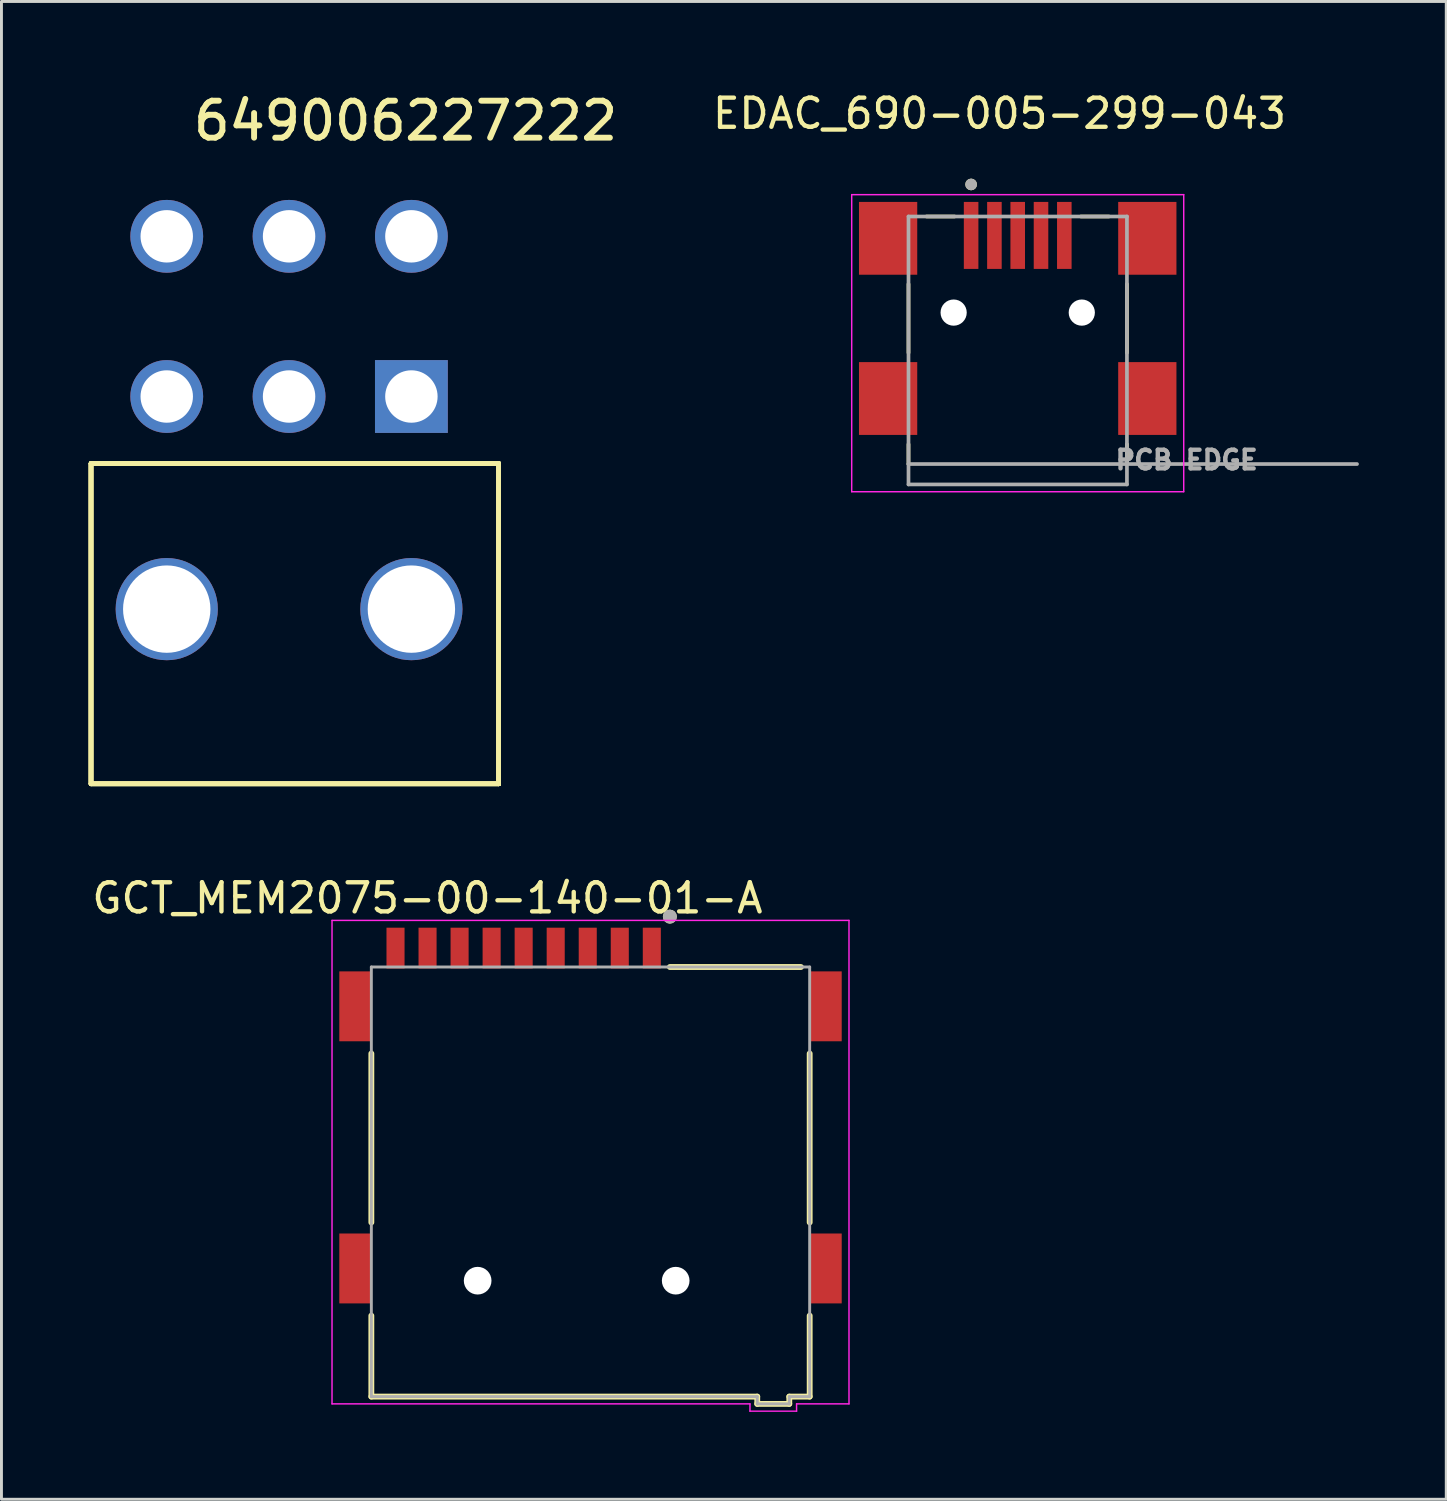
<source format=kicad_pcb>
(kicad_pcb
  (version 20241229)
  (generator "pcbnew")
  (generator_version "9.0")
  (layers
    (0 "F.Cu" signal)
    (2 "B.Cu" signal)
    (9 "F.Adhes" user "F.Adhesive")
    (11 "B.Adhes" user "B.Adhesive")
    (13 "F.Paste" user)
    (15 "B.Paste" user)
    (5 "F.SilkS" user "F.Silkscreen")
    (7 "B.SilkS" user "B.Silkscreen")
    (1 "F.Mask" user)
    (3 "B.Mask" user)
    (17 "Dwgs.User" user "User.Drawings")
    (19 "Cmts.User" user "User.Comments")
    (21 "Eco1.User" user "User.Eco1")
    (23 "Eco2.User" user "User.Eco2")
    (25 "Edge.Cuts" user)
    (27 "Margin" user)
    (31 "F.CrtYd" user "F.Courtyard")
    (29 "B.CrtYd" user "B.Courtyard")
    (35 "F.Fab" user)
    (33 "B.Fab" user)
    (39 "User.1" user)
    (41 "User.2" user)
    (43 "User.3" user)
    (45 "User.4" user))
  (footprint "EDAC_690-005-299-043"
    (layer "F.Cu")
    (at 31.893 7.683)
    (property "Reference" "EDAC_690-005-299-043" (at -0.625 -6.835 0) (layer "F.SilkS") (effects (font (size 1 1) (thickness 0.15))))
    (attr smd)
    (fp_line (start -3.75 1.38) (end -3.75 -0.98) (stroke (width 0.127) (type solid)) (layer "F.SilkS"))
    (fp_line (start -3.75 4.52) (end -3.75 5.2) (stroke (width 0.127) (type solid)) (layer "F.SilkS"))
    (fp_line (start -3.13 -3.3) (end -2.17 -3.3) (stroke (width 0.127) (type solid)) (layer "F.SilkS"))
    (fp_line (start 3.13 -3.3) (end 2.17 -3.3) (stroke (width 0.127) (type solid)) (layer "F.SilkS"))
    (fp_line (start 3.75 1.38) (end 3.75 -0.98) (stroke (width 0.127) (type solid)) (layer "F.SilkS"))
    (fp_line (start 3.75 4.52) (end 3.75 5.2) (stroke (width 0.127) (type solid)) (layer "F.SilkS"))
    (fp_circle (center -1.6 -4.4) (end -1.5 -4.4) (stroke (width 0.2) (type solid)) (fill no) (layer "F.SilkS"))
    (fp_line (start -5.7 -4.05) (end -5.7 6.15) (stroke (width 0.05) (type solid)) (layer "F.CrtYd"))
    (fp_line (start -5.7 6.15) (end 5.7 6.15) (stroke (width 0.05) (type solid)) (layer "F.CrtYd"))
    (fp_line (start 5.7 -4.05) (end -5.7 -4.05) (stroke (width 0.05) (type solid)) (layer "F.CrtYd"))
    (fp_line (start 5.7 6.15) (end 5.7 -4.05) (stroke (width 0.05) (type solid)) (layer "F.CrtYd"))
    (fp_line (start -3.75 -3.3) (end -3.75 5.2) (stroke (width 0.127) (type solid)) (layer "F.Fab"))
    (fp_line (start -3.75 5.2) (end -3.75 5.9) (stroke (width 0.127) (type solid)) (layer "F.Fab"))
    (fp_line (start -3.75 5.2) (end 11.65 5.2) (stroke (width 0.127) (type solid)) (layer "F.Fab"))
    (fp_line (start -3.75 5.9) (end 3.75 5.9) (stroke (width 0.127) (type solid)) (layer "F.Fab"))
    (fp_line (start 3.75 -3.3) (end -3.75 -3.3) (stroke (width 0.127) (type solid)) (layer "F.Fab"))
    (fp_line (start 3.75 5.9) (end 3.75 -3.3) (stroke (width 0.127) (type solid)) (layer "F.Fab"))
    (fp_circle (center -1.6 -4.4) (end -1.5 -4.4) (stroke (width 0.2) (type solid)) (fill no) (layer "F.Fab"))
    (fp_text user "PCB EDGE" (at 5.8 5.06 0) (layer "F.Fab") (effects (font (size 0.64 0.64) (thickness 0.15))))
    (pad "" np_thru_hole circle (at -2.2 0) (size 0.9 0.9) (drill 0.9) (layers "*.Cu" "*.Mask"))
    (pad "" np_thru_hole circle (at 2.2 0) (size 0.9 0.9) (drill 0.9) (layers "*.Cu" "*.Mask"))
    (pad "1" smd rect (at -1.6 -2.65) (size 0.5 2.3) (layers "F.Cu" "F.Mask" "F.Paste"))
    (pad "2" smd rect (at -0.8 -2.65) (size 0.5 2.3) (layers "F.Cu" "F.Mask" "F.Paste"))
    (pad "3" smd rect (at 0 -2.65) (size 0.5 2.3) (layers "F.Cu" "F.Mask" "F.Paste"))
    (pad "4" smd rect (at 0.8 -2.65) (size 0.5 2.3) (layers "F.Cu" "F.Mask" "F.Paste"))
    (pad "5" smd rect (at 1.6 -2.65) (size 0.5 2.3) (layers "F.Cu" "F.Mask" "F.Paste"))
    (pad "S1" smd rect (at -4.45 -2.55) (size 2 2.5) (layers "F.Cu" "F.Mask" "F.Paste"))
    (pad "S1" smd rect (at -4.45 2.95) (size 2 2.5) (layers "F.Cu" "F.Mask" "F.Paste"))
    (pad "S1" smd rect (at 4.45 -2.55) (size 2 2.5) (layers "F.Cu" "F.Mask" "F.Paste"))
    (pad "S1" smd rect (at 4.45 2.95) (size 2 2.5) (layers "F.Cu" "F.Mask" "F.Paste"))
    (zone (net_name "") (layer "F.Cu") (hatch full 0.508) (connect_pads) (min_thickness 0.01) (filled_areas_thickness no) (keepout (tracks not_allowed) (vias not_allowed) (pads not_allowed) (copperpour not_allowed) (footprints allowed)) (placement (enabled no)) (fill) (polygon (pts (xy 28.443 3.883) (xy 28.443 11.683) (xy 28.443 12.883) (xy 35.343 12.883) (xy 35.343 3.883) (xy 33.743 3.883) (xy 33.743 6.183) (xy 30.043 6.183) (xy 30.043 3.883))))
    (zone (net_name "") (layers "F.Cu" "B.Cu") (hatch full 0.508) (connect_pads) (min_thickness 0.01) (filled_areas_thickness no) (keepout (tracks allowed) (vias not_allowed) (pads allowed) (copperpour allowed) (footprints allowed)) (placement (enabled no)) (fill) (polygon (pts (xy 28.443 3.883) (xy 28.443 12.883) (xy 35.343 12.883) (xy 35.343 3.883) (xy 33.743 3.883) (xy 33.743 6.183) (xy 30.043 6.183) (xy 30.043 3.883)))))
  (footprint "GCT_MEM2075-00-140-01-A"
    (layer "F.Cu")
    (at 16.75 40.922)
    (property "Reference" "GCT_MEM2075-00-140-01-A" (at -5.125 -13.135 0) (layer "F.SilkS") (effects (font (size 1 1) (thickness 0.15))))
    (attr smd)
    (fp_line (start -7.05 -2) (end -7.05 -7.8) (stroke (width 0.2) (type solid)) (layer "F.SilkS"))
    (fp_line (start -7.05 3.98) (end -7.05 1.2) (stroke (width 0.2) (type solid)) (layer "F.SilkS"))
    (fp_line (start -7.05 3.98) (end 6.2 3.98) (stroke (width 0.2) (type solid)) (layer "F.SilkS"))
    (fp_line (start 3.2 -10.77) (end 7.7 -10.77) (stroke (width 0.2) (type solid)) (layer "F.SilkS"))
    (fp_line (start 6.2 3.98) (end 6.2 4.23) (stroke (width 0.2) (type solid)) (layer "F.SilkS"))
    (fp_line (start 6.2 4.23) (end 7.3 4.23) (stroke (width 0.2) (type solid)) (layer "F.SilkS"))
    (fp_line (start 7.3 3.98) (end 8 3.98) (stroke (width 0.2) (type solid)) (layer "F.SilkS"))
    (fp_line (start 7.3 4.23) (end 7.3 3.98) (stroke (width 0.2) (type solid)) (layer "F.SilkS"))
    (fp_line (start 8 -2) (end 8 -7.8) (stroke (width 0.2) (type solid)) (layer "F.SilkS"))
    (fp_line (start 8 3.98) (end 8 1.2) (stroke (width 0.2) (type solid)) (layer "F.SilkS"))
    (fp_circle (center 3.2 -12.5) (end 3.32 -12.5) (stroke (width 0.24) (type solid)) (fill no) (layer "F.SilkS"))
    (fp_line (start -8.4 -12.37) (end 9.35 -12.37) (stroke (width 0.05) (type solid)) (layer "F.CrtYd"))
    (fp_line (start -8.4 4.23) (end -8.4 -12.37) (stroke (width 0.05) (type solid)) (layer "F.CrtYd"))
    (fp_line (start -8.4 4.23) (end 5.95 4.23) (stroke (width 0.05) (type solid)) (layer "F.CrtYd"))
    (fp_line (start 5.95 4.23) (end 5.95 4.48) (stroke (width 0.05) (type solid)) (layer "F.CrtYd"))
    (fp_line (start 5.95 4.48) (end 7.55 4.48) (stroke (width 0.05) (type solid)) (layer "F.CrtYd"))
    (fp_line (start 7.55 4.23) (end 9.35 4.23) (stroke (width 0.05) (type solid)) (layer "F.CrtYd"))
    (fp_line (start 7.55 4.48) (end 7.55 4.23) (stroke (width 0.05) (type solid)) (layer "F.CrtYd"))
    (fp_line (start 9.35 -12.37) (end 9.35 4.23) (stroke (width 0.05) (type solid)) (layer "F.CrtYd"))
    (fp_line (start -7.05 -10.77) (end 8 -10.77) (stroke (width 0.1) (type solid)) (layer "F.Fab"))
    (fp_line (start -7.05 3.98) (end -7.05 -10.77) (stroke (width 0.1) (type solid)) (layer "F.Fab"))
    (fp_line (start -7.05 3.98) (end 6.2 3.98) (stroke (width 0.1) (type solid)) (layer "F.Fab"))
    (fp_line (start 6.2 3.98) (end 6.2 4.23) (stroke (width 0.1) (type solid)) (layer "F.Fab"))
    (fp_line (start 6.2 4.23) (end 7.3 4.23) (stroke (width 0.1) (type solid)) (layer "F.Fab"))
    (fp_line (start 7.3 3.98) (end 8 3.98) (stroke (width 0.1) (type solid)) (layer "F.Fab"))
    (fp_line (start 7.3 4.23) (end 7.3 3.98) (stroke (width 0.1) (type solid)) (layer "F.Fab"))
    (fp_line (start 8 3.98) (end 8 -10.77) (stroke (width 0.1) (type solid)) (layer "F.Fab"))
    (fp_circle (center 3.2 -12.5) (end 3.32 -12.5) (stroke (width 0.24) (type solid)) (fill no) (layer "F.Fab"))
    (pad "" np_thru_hole circle (at -3.4 0) (size 0.95 0.95) (drill 0.95) (layers "*.Cu" "*.Mask"))
    (pad "" np_thru_hole circle (at 3.4 0) (size 0.95 0.95) (drill 0.95) (layers "*.Cu" "*.Mask"))
    (pad "P1" smd rect (at 2.58 -11.42) (size 0.62 1.4) (layers "F.Cu" "F.Mask" "F.Paste"))
    (pad "P2" smd rect (at 1.48 -11.42) (size 0.62 1.4) (layers "F.Cu" "F.Mask" "F.Paste"))
    (pad "P3" smd rect (at 0.38 -11.42) (size 0.62 1.4) (layers "F.Cu" "F.Mask" "F.Paste"))
    (pad "P4" smd rect (at -0.72 -11.42) (size 0.62 1.4) (layers "F.Cu" "F.Mask" "F.Paste"))
    (pad "P5" smd rect (at -1.82 -11.42) (size 0.62 1.4) (layers "F.Cu" "F.Mask" "F.Paste"))
    (pad "P6" smd rect (at -2.92 -11.42) (size 0.62 1.4) (layers "F.Cu" "F.Mask" "F.Paste"))
    (pad "P7" smd rect (at -4.02 -11.42) (size 0.62 1.4) (layers "F.Cu" "F.Mask" "F.Paste"))
    (pad "P8" smd rect (at -5.12 -11.42) (size 0.62 1.4) (layers "F.Cu" "F.Mask" "F.Paste"))
    (pad "P9" smd rect (at -6.22 -11.42) (size 0.62 1.4) (layers "F.Cu" "F.Mask" "F.Paste"))
    (pad "SH1" smd rect (at -7.6 -9.42) (size 1.1 2.4) (layers "F.Cu" "F.Mask" "F.Paste"))
    (pad "SH1" smd rect (at -7.6 -0.42) (size 1.1 2.4) (layers "F.Cu" "F.Mask" "F.Paste"))
    (pad "SH1" smd rect (at 8.55 -9.42) (size 1.1 2.4) (layers "F.Cu" "F.Mask" "F.Paste"))
    (pad "SH1" smd rect (at 8.55 -0.42) (size 1.1 2.4) (layers "F.Cu" "F.Mask" "F.Paste"))
    (zone (net_name "") (layer "F.Cu") (hatch full 0.508) (connect_pads) (min_thickness 0.01) (filled_areas_thickness no) (keepout (tracks not_allowed) (vias not_allowed) (pads not_allowed) (copperpour not_allowed) (footprints allowed)) (placement (enabled no)) (fill) (polygon (pts (xy 9.7 33.002) (xy 19.9 33.002) (xy 19.9 37.052) (xy 9.7 37.052))))
    (zone (net_name "") (layers "F.Cu" "B.Cu") (hatch full 0.508) (connect_pads) (min_thickness 0.01) (filled_areas_thickness no) (keepout (tracks allowed) (vias not_allowed) (pads allowed) (copperpour allowed) (footprints allowed)) (placement (enabled no)) (fill) (polygon (pts (xy 9.7 33.002) (xy 19.9 33.002) (xy 19.9 37.052) (xy 9.7 37.052)))))
  (footprint "649006227222"
    (layer "F.Cu")
    (at 6.875 17.864)
    (property "Reference" "649006227222" (at 4 -16.764 0) (layer "F.SilkS") (effects (font (size 1.27 1.27) (thickness 0.203))))
    (attr through_hole)
    (fp_line (start -6.8 6) (end -6.8 -5) (stroke (width 0.15) (type solid)) (layer "F.SilkS"))
    (fp_line (start -6.8 6) (end -6.8 -5) (stroke (width 0.15) (type solid)) (layer "F.SilkS"))
    (fp_line (start -6.8 6) (end -6.8 -5) (stroke (width 0.15) (type solid)) (layer "F.SilkS"))
    (fp_line (start -6.8 6) (end -6.8 -5) (stroke (width 0.15) (type solid)) (layer "F.SilkS"))
    (fp_line (start -6.8 6) (end -6.8 -5) (stroke (width 0.15) (type solid)) (layer "F.SilkS"))
    (fp_line (start -6.8 6) (end -6.8 -5) (stroke (width 0.15) (type solid)) (layer "F.SilkS"))
    (fp_line (start -6.8 6) (end -6.8 -5) (stroke (width 0.15) (type solid)) (layer "F.SilkS"))
    (fp_line (start -6.8 6) (end -6.8 -5) (stroke (width 0.15) (type solid)) (layer "F.SilkS"))
    (fp_line (start 7.2 -5) (end -6.8 -5) (stroke (width 0.15) (type solid)) (layer "F.SilkS"))
    (fp_line (start 7.2 -5) (end -6.8 -5) (stroke (width 0.15) (type solid)) (layer "F.SilkS"))
    (fp_line (start 7.2 -5) (end -6.8 -5) (stroke (width 0.15) (type solid)) (layer "F.SilkS"))
    (fp_line (start 7.2 -5) (end -6.8 -5) (stroke (width 0.15) (type solid)) (layer "F.SilkS"))
    (fp_line (start 7.2 -5) (end -6.8 -5) (stroke (width 0.15) (type solid)) (layer "F.SilkS"))
    (fp_line (start 7.2 -5) (end -6.8 -5) (stroke (width 0.15) (type solid)) (layer "F.SilkS"))
    (fp_line (start 7.2 -5) (end -6.8 -5) (stroke (width 0.15) (type solid)) (layer "F.SilkS"))
    (fp_line (start 7.2 -5) (end -6.8 -5) (stroke (width 0.15) (type solid)) (layer "F.SilkS"))
    (fp_line (start 7.2 -5) (end 7.2 6) (stroke (width 0.15) (type solid)) (layer "F.SilkS"))
    (fp_line (start 7.2 -5) (end 7.2 6) (stroke (width 0.15) (type solid)) (layer "F.SilkS"))
    (fp_line (start 7.2 -5) (end 7.2 6) (stroke (width 0.15) (type solid)) (layer "F.SilkS"))
    (fp_line (start 7.2 -5) (end 7.2 6) (stroke (width 0.15) (type solid)) (layer "F.SilkS"))
    (fp_line (start 7.2 -5) (end 7.2 6) (stroke (width 0.15) (type solid)) (layer "F.SilkS"))
    (fp_line (start 7.2 -5) (end 7.2 6) (stroke (width 0.15) (type solid)) (layer "F.SilkS"))
    (fp_line (start 7.2 -5) (end 7.2 6) (stroke (width 0.15) (type solid)) (layer "F.SilkS"))
    (fp_line (start 7.2 -5) (end 7.2 6) (stroke (width 0.15) (type solid)) (layer "F.SilkS"))
    (fp_line (start 7.2 6) (end -6.8 6) (stroke (width 0.15) (type solid)) (layer "F.SilkS"))
    (fp_line (start 7.2 6) (end -6.8 6) (stroke (width 0.15) (type solid)) (layer "F.SilkS"))
    (fp_line (start 7.2 6) (end -6.8 6) (stroke (width 0.15) (type solid)) (layer "F.SilkS"))
    (fp_line (start 7.2 6) (end -6.8 6) (stroke (width 0.15) (type solid)) (layer "F.SilkS"))
    (fp_line (start 7.2 6) (end -6.8 6) (stroke (width 0.15) (type solid)) (layer "F.SilkS"))
    (fp_line (start 7.2 6) (end -6.8 6) (stroke (width 0.15) (type solid)) (layer "F.SilkS"))
    (fp_line (start 7.2 6) (end -6.8 6) (stroke (width 0.15) (type solid)) (layer "F.SilkS"))
    (fp_line (start 7.2 6) (end -6.8 6) (stroke (width 0.15) (type solid)) (layer "F.SilkS"))
    (pad "1" thru_hole rect (at 4.2 -7.3) (size 2.5 2.5) (drill 1.8) (layers "*.Cu" "*.Mask"))
    (pad "2" thru_hole circle (at 0 -7.3) (size 2.5 2.5) (drill 1.8) (layers "*.Cu" "*.Mask"))
    (pad "3" thru_hole circle (at -4.2 -7.3) (size 2.5 2.5) (drill 1.8) (layers "*.Cu" "*.Mask"))
    (pad "4" thru_hole circle (at 4.2 -12.8) (size 2.5 2.5) (drill 1.8) (layers "*.Cu" "*.Mask"))
    (pad "5" thru_hole circle (at 0 -12.8) (size 2.5 2.5) (drill 1.8) (layers "*.Cu" "*.Mask"))
    (pad "6" thru_hole circle (at -4.2 -12.8) (size 2.5 2.5) (drill 1.8) (layers "*.Cu" "*.Mask"))
    (pad "7" thru_hole circle (at 4.2 0) (size 3.508 3.508) (drill 3) (layers "*.Cu" "*.Mask"))
    (pad "8" thru_hole circle (at -4.2 0) (size 3.508 3.508) (drill 3) (layers "*.Cu" "*.Mask")))
  (gr_rect
    (start -3 -3)
    (end 46.607 48.427)
    (stroke (width 0.1) (type default))
    (fill no)
    (layer "Edge.Cuts")))
</source>
